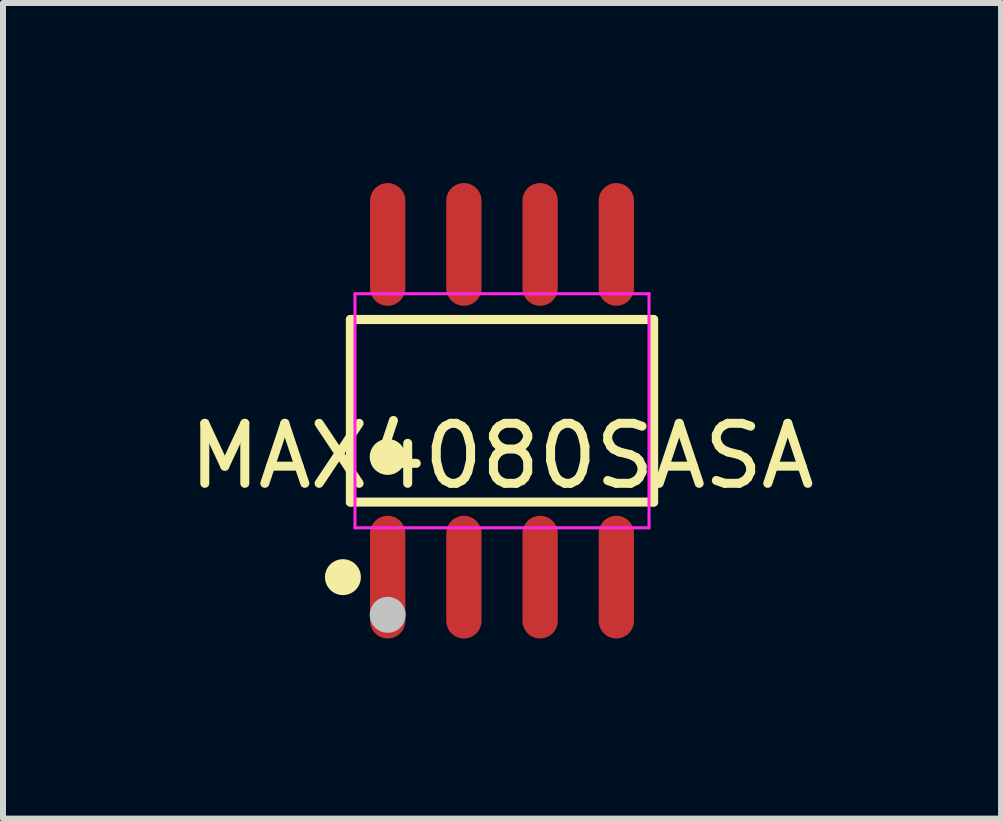
<source format=kicad_pcb>
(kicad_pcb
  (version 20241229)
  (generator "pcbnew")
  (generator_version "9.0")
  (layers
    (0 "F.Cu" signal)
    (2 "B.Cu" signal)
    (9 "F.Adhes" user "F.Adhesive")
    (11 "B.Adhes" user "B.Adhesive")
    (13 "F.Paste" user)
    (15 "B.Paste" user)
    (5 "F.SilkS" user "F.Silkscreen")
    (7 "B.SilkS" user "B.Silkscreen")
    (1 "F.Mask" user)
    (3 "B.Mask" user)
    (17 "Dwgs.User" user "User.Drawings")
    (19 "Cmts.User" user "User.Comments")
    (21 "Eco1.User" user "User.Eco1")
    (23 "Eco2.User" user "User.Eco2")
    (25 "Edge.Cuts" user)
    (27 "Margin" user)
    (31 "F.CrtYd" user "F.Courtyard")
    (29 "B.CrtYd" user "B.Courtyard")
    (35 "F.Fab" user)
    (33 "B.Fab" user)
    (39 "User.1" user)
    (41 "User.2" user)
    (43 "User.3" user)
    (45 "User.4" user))
  (footprint "MAX4080SASA"
    (layer "F.Cu")
    (at 5.315 3.795)
    (property "Reference" "MAX4080SASA" (at 0 0.754 0) (layer "F.SilkS") (effects (font (size 1 1) (thickness 0.15))))
    (attr smd)
    (fp_line (start -2.526 -1.521) (end 2.526 -1.521) (stroke (width 0.152) (type solid)) (layer "F.SilkS"))
    (fp_line (start -2.526 1.521) (end -2.526 -1.521) (stroke (width 0.152) (type solid)) (layer "F.SilkS"))
    (fp_line (start 2.526 -1.521) (end 2.526 1.521) (stroke (width 0.152) (type solid)) (layer "F.SilkS"))
    (fp_line (start 2.526 1.521) (end -2.526 1.521) (stroke (width 0.152) (type solid)) (layer "F.SilkS"))
    (fp_circle (center -2.651 2.772) (end -2.501 2.772) (stroke (width 0.3) (type solid)) (fill no) (layer "F.SilkS"))
    (fp_circle (center -1.905 0.769) (end -1.755 0.769) (stroke (width 0.3) (type solid)) (fill no) (layer "F.SilkS"))
    (fp_circle (center -1.905 3.4) (end -1.755 3.4) (stroke (width 0.3) (type solid)) (fill no) (layer "Dwgs.User"))
    (fp_poly (pts (xy -2.115 -3) (xy -2.115 -2.165) (xy -1.695 -2.165) (xy -1.695 -3)) (stroke (width 0.005) (type solid)) (fill no) (layer "Eco2.User"))
    (fp_poly (pts (xy -2.115 -2.175) (xy -2.115 -1.94) (xy -1.695 -1.94) (xy -1.695 -2.175)) (stroke (width 0.005) (type solid)) (fill no) (layer "Eco2.User"))
    (fp_poly (pts (xy -2.115 2.175) (xy -2.115 1.94) (xy -1.695 1.94) (xy -1.695 2.175)) (stroke (width 0.005) (type solid)) (fill no) (layer "Eco2.User"))
    (fp_poly (pts (xy -2.115 3) (xy -2.115 2.165) (xy -1.695 2.165) (xy -1.695 3)) (stroke (width 0.005) (type solid)) (fill no) (layer "Eco2.User"))
    (fp_poly (pts (xy -0.845 -3) (xy -0.845 -2.165) (xy -0.425 -2.165) (xy -0.425 -3)) (stroke (width 0.005) (type solid)) (fill no) (layer "Eco2.User"))
    (fp_poly (pts (xy -0.845 -2.175) (xy -0.845 -1.94) (xy -0.425 -1.94) (xy -0.425 -2.175)) (stroke (width 0.005) (type solid)) (fill no) (layer "Eco2.User"))
    (fp_poly (pts (xy -0.845 2.175) (xy -0.845 1.94) (xy -0.425 1.94) (xy -0.425 2.175)) (stroke (width 0.005) (type solid)) (fill no) (layer "Eco2.User"))
    (fp_poly (pts (xy -0.845 3) (xy -0.845 2.165) (xy -0.425 2.165) (xy -0.425 3)) (stroke (width 0.005) (type solid)) (fill no) (layer "Eco2.User"))
    (fp_poly (pts (xy 0.425 -3) (xy 0.425 -2.165) (xy 0.845 -2.165) (xy 0.845 -3)) (stroke (width 0.005) (type solid)) (fill no) (layer "Eco2.User"))
    (fp_poly (pts (xy 0.425 -2.175) (xy 0.425 -1.94) (xy 0.845 -1.94) (xy 0.845 -2.175)) (stroke (width 0.005) (type solid)) (fill no) (layer "Eco2.User"))
    (fp_poly (pts (xy 0.425 2.175) (xy 0.425 1.94) (xy 0.845 1.94) (xy 0.845 2.175)) (stroke (width 0.005) (type solid)) (fill no) (layer "Eco2.User"))
    (fp_poly (pts (xy 0.425 3) (xy 0.425 2.165) (xy 0.845 2.165) (xy 0.845 3)) (stroke (width 0.005) (type solid)) (fill no) (layer "Eco2.User"))
    (fp_poly (pts (xy 1.695 -3) (xy 1.695 -2.165) (xy 2.115 -2.165) (xy 2.115 -3)) (stroke (width 0.005) (type solid)) (fill no) (layer "Eco2.User"))
    (fp_poly (pts (xy 1.695 -2.175) (xy 1.695 -1.94) (xy 2.115 -1.94) (xy 2.115 -2.175)) (stroke (width 0.005) (type solid)) (fill no) (layer "Eco2.User"))
    (fp_poly (pts (xy 1.695 2.175) (xy 1.695 1.94) (xy 2.115 1.94) (xy 2.115 2.175)) (stroke (width 0.005) (type solid)) (fill no) (layer "Eco2.User"))
    (fp_poly (pts (xy 1.695 3) (xy 1.695 2.165) (xy 2.115 2.165) (xy 2.115 3)) (stroke (width 0.005) (type solid)) (fill no) (layer "Eco2.User"))
    (fp_poly (pts (xy -2.39 3) (xy -2.391 2.988) (xy -2.395 2.977) (xy -2.4 2.967) (xy -2.408 2.958) (xy -2.417 2.95) (xy -2.427 2.945) (xy -2.438 2.941) (xy -2.45 2.94) (xy -2.462 2.941) (xy -2.473 2.945) (xy -2.483 2.95) (xy -2.493 2.958) (xy -2.5 2.967) (xy -2.506 2.977) (xy -2.509 2.988) (xy -2.51 3) (xy -2.509 3.012) (xy -2.506 3.023) (xy -2.5 3.033) (xy -2.493 3.042) (xy -2.483 3.05) (xy -2.473 3.055) (xy -2.462 3.059) (xy -2.45 3.06) (xy -2.438 3.059) (xy -2.427 3.055) (xy -2.417 3.05) (xy -2.408 3.042) (xy -2.4 3.033) (xy -2.395 3.023) (xy -2.391 3.012)) (stroke (width 0.005) (type solid)) (fill no) (layer "Eco2.User"))
    (fp_line (start -2.45 -1.95) (end 2.45 -1.95) (stroke (width 0.051) (type solid)) (layer "F.CrtYd"))
    (fp_line (start -2.45 1.95) (end -2.45 -1.95) (stroke (width 0.051) (type solid)) (layer "F.CrtYd"))
    (fp_line (start 2.45 -1.95) (end 2.45 1.95) (stroke (width 0.051) (type solid)) (layer "F.CrtYd"))
    (fp_line (start 2.45 1.95) (end -2.45 1.95) (stroke (width 0.051) (type solid)) (layer "F.CrtYd"))
    (pad "1" smd oval (at -1.905 2.772) (size 0.588 2.045) (layers "F.Cu" "F.Mask" "F.Paste"))
    (pad "2" smd oval (at -0.635 2.772) (size 0.588 2.045) (layers "F.Cu" "F.Mask" "F.Paste"))
    (pad "3" smd oval (at 0.635 2.772) (size 0.588 2.045) (layers "F.Cu" "F.Mask" "F.Paste"))
    (pad "4" smd oval (at 1.905 2.772) (size 0.588 2.045) (layers "F.Cu" "F.Mask" "F.Paste"))
    (pad "5" smd oval (at 1.905 -2.772) (size 0.588 2.045) (layers "F.Cu" "F.Mask" "F.Paste"))
    (pad "6" smd oval (at 0.635 -2.772) (size 0.588 2.045) (layers "F.Cu" "F.Mask" "F.Paste"))
    (pad "7" smd oval (at -0.635 -2.772) (size 0.588 2.045) (layers "F.Cu" "F.Mask" "F.Paste"))
    (pad "8" smd oval (at -1.905 -2.772) (size 0.588 2.045) (layers "F.Cu" "F.Mask" "F.Paste")))
  (gr_rect
    (start -3 -3)
    (end 13.631 10.59)
    (stroke (width 0.1) (type default))
    (fill no)
    (layer "Edge.Cuts")))
</source>
